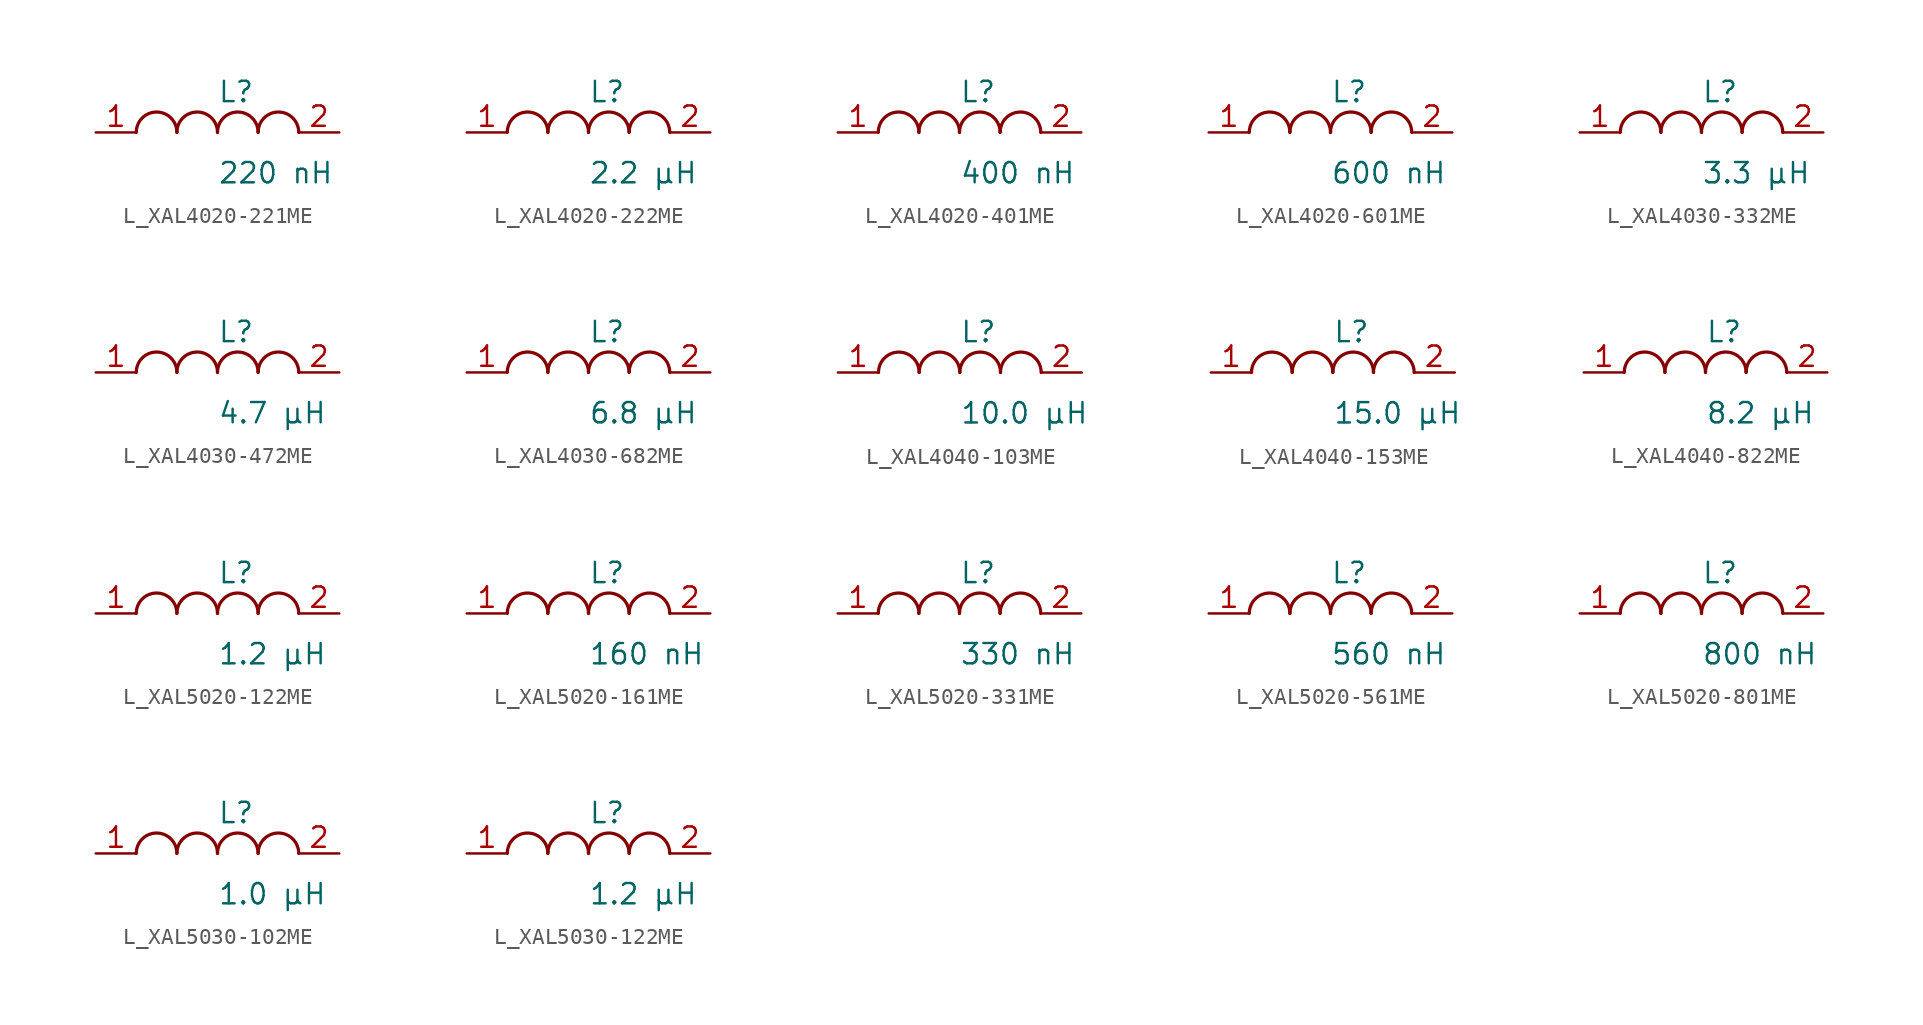
<source format=kicad_sym>
(kicad_symbol_lib
  (version 20231120)
  (generator kicad_symbol_editor)
  (generator_version 8.0)
  (symbol "L_XAL4020-221ME"
    (pin_names
      (offset 0.254))
    (property "Reference" "L"
      (at 0.0 2.54 0)
      (effects (font (size 1.27 1.27)) (justify left)))
    (property "Value" "220 nH"
      (at 0.0 -2.54 0)
      (effects (font (size 1.27 1.27)) (justify left)))
    (symbol "L_XAL4020-221ME_1_1"
      (arc (start -2.54 0.0056) (mid -3.81 1.27) (end -5.08 0.0056) (stroke (width 0.2032) (type default)) (fill (type none)))
      (arc (start 0 0.0056) (mid -1.27 1.27) (end -2.54 0.0056) (stroke (width 0.2032) (type default)) (fill (type none)))
      (arc (start 2.54 0.0056) (mid 1.27 1.27) (end 0 0.0056) (stroke (width 0.2032) (type default)) (fill (type none)))
      (arc (start 5.08 0.0056) (mid 3.81 1.27) (end 2.54 0.0056) (stroke (width 0.2032) (type default)) (fill (type none)))
      (pin unspecified line (at -7.62 0 0) (length 2.54) (name "" (effects (font (size 1.27 1.27)))) (number "1" (effects (font (size 1.27 1.27)))))
      (pin unspecified line (at 7.62 0 180) (length 2.54) (name "" (effects (font (size 1.27 1.27)))) (number "2" (effects (font (size 1.27 1.27)))))))
  (symbol "L_XAL4020-222ME"
    (pin_names
      (offset 0.254))
    (property "Reference" "L"
      (at 0.0 2.54 0)
      (effects (font (size 1.27 1.27)) (justify left)))
    (property "Value" "2.2 µH"
      (at 0.0 -2.54 0)
      (effects (font (size 1.27 1.27)) (justify left)))
    (symbol "L_XAL4020-222ME_1_1"
      (arc (start -2.54 0.0056) (mid -3.81 1.27) (end -5.08 0.0056) (stroke (width 0.2032) (type default)) (fill (type none)))
      (arc (start 0 0.0056) (mid -1.27 1.27) (end -2.54 0.0056) (stroke (width 0.2032) (type default)) (fill (type none)))
      (arc (start 2.54 0.0056) (mid 1.27 1.27) (end 0 0.0056) (stroke (width 0.2032) (type default)) (fill (type none)))
      (arc (start 5.08 0.0056) (mid 3.81 1.27) (end 2.54 0.0056) (stroke (width 0.2032) (type default)) (fill (type none)))
      (pin unspecified line (at -7.62 0 0) (length 2.54) (name "" (effects (font (size 1.27 1.27)))) (number "1" (effects (font (size 1.27 1.27)))))
      (pin unspecified line (at 7.62 0 180) (length 2.54) (name "" (effects (font (size 1.27 1.27)))) (number "2" (effects (font (size 1.27 1.27)))))))
  (symbol "L_XAL4020-401ME"
    (pin_names
      (offset 0.254))
    (property "Reference" "L"
      (at 0.0 2.54 0)
      (effects (font (size 1.27 1.27)) (justify left)))
    (property "Value" "400 nH"
      (at 0.0 -2.54 0)
      (effects (font (size 1.27 1.27)) (justify left)))
    (symbol "L_XAL4020-401ME_1_1"
      (arc (start -2.54 0.0056) (mid -3.81 1.27) (end -5.08 0.0056) (stroke (width 0.2032) (type default)) (fill (type none)))
      (arc (start 0 0.0056) (mid -1.27 1.27) (end -2.54 0.0056) (stroke (width 0.2032) (type default)) (fill (type none)))
      (arc (start 2.54 0.0056) (mid 1.27 1.27) (end 0 0.0056) (stroke (width 0.2032) (type default)) (fill (type none)))
      (arc (start 5.08 0.0056) (mid 3.81 1.27) (end 2.54 0.0056) (stroke (width 0.2032) (type default)) (fill (type none)))
      (pin unspecified line (at -7.62 0 0) (length 2.54) (name "" (effects (font (size 1.27 1.27)))) (number "1" (effects (font (size 1.27 1.27)))))
      (pin unspecified line (at 7.62 0 180) (length 2.54) (name "" (effects (font (size 1.27 1.27)))) (number "2" (effects (font (size 1.27 1.27)))))))
  (symbol "L_XAL4020-601ME"
    (pin_names
      (offset 0.254))
    (property "Reference" "L"
      (at 0.0 2.54 0)
      (effects (font (size 1.27 1.27)) (justify left)))
    (property "Value" "600 nH"
      (at 0.0 -2.54 0)
      (effects (font (size 1.27 1.27)) (justify left)))
    (symbol "L_XAL4020-601ME_1_1"
      (arc (start -2.54 0.0056) (mid -3.81 1.27) (end -5.08 0.0056) (stroke (width 0.2032) (type default)) (fill (type none)))
      (arc (start 0 0.0056) (mid -1.27 1.27) (end -2.54 0.0056) (stroke (width 0.2032) (type default)) (fill (type none)))
      (arc (start 2.54 0.0056) (mid 1.27 1.27) (end 0 0.0056) (stroke (width 0.2032) (type default)) (fill (type none)))
      (arc (start 5.08 0.0056) (mid 3.81 1.27) (end 2.54 0.0056) (stroke (width 0.2032) (type default)) (fill (type none)))
      (pin unspecified line (at -7.62 0 0) (length 2.54) (name "" (effects (font (size 1.27 1.27)))) (number "1" (effects (font (size 1.27 1.27)))))
      (pin unspecified line (at 7.62 0 180) (length 2.54) (name "" (effects (font (size 1.27 1.27)))) (number "2" (effects (font (size 1.27 1.27)))))))
  (symbol "L_XAL4030-332ME"
    (pin_names
      (offset 0.254))
    (property "Reference" "L"
      (at 0.0 2.54 0)
      (effects (font (size 1.27 1.27)) (justify left)))
    (property "Value" "3.3 µH"
      (at 0.0 -2.54 0)
      (effects (font (size 1.27 1.27)) (justify left)))
    (symbol "L_XAL4030-332ME_1_1"
      (arc (start -2.54 0.0056) (mid -3.81 1.27) (end -5.08 0.0056) (stroke (width 0.2032) (type default)) (fill (type none)))
      (arc (start 0 0.0056) (mid -1.27 1.27) (end -2.54 0.0056) (stroke (width 0.2032) (type default)) (fill (type none)))
      (arc (start 2.54 0.0056) (mid 1.27 1.27) (end 0 0.0056) (stroke (width 0.2032) (type default)) (fill (type none)))
      (arc (start 5.08 0.0056) (mid 3.81 1.27) (end 2.54 0.0056) (stroke (width 0.2032) (type default)) (fill (type none)))
      (pin unspecified line (at -7.62 0 0) (length 2.54) (name "" (effects (font (size 1.27 1.27)))) (number "1" (effects (font (size 1.27 1.27)))))
      (pin unspecified line (at 7.62 0 180) (length 2.54) (name "" (effects (font (size 1.27 1.27)))) (number "2" (effects (font (size 1.27 1.27)))))))
  (symbol "L_XAL4030-472ME"
    (pin_names
      (offset 0.254))
    (property "Reference" "L"
      (at 0.0 2.54 0)
      (effects (font (size 1.27 1.27)) (justify left)))
    (property "Value" "4.7 µH"
      (at 0.0 -2.54 0)
      (effects (font (size 1.27 1.27)) (justify left)))
    (symbol "L_XAL4030-472ME_1_1"
      (arc (start -2.54 0.0056) (mid -3.81 1.27) (end -5.08 0.0056) (stroke (width 0.2032) (type default)) (fill (type none)))
      (arc (start 0 0.0056) (mid -1.27 1.27) (end -2.54 0.0056) (stroke (width 0.2032) (type default)) (fill (type none)))
      (arc (start 2.54 0.0056) (mid 1.27 1.27) (end 0 0.0056) (stroke (width 0.2032) (type default)) (fill (type none)))
      (arc (start 5.08 0.0056) (mid 3.81 1.27) (end 2.54 0.0056) (stroke (width 0.2032) (type default)) (fill (type none)))
      (pin unspecified line (at -7.62 0 0) (length 2.54) (name "" (effects (font (size 1.27 1.27)))) (number "1" (effects (font (size 1.27 1.27)))))
      (pin unspecified line (at 7.62 0 180) (length 2.54) (name "" (effects (font (size 1.27 1.27)))) (number "2" (effects (font (size 1.27 1.27)))))))
  (symbol "L_XAL4030-682ME"
    (pin_names
      (offset 0.254))
    (property "Reference" "L"
      (at 0.0 2.54 0)
      (effects (font (size 1.27 1.27)) (justify left)))
    (property "Value" "6.8 µH"
      (at 0.0 -2.54 0)
      (effects (font (size 1.27 1.27)) (justify left)))
    (symbol "L_XAL4030-682ME_1_1"
      (arc (start -2.54 0.0056) (mid -3.81 1.27) (end -5.08 0.0056) (stroke (width 0.2032) (type default)) (fill (type none)))
      (arc (start 0 0.0056) (mid -1.27 1.27) (end -2.54 0.0056) (stroke (width 0.2032) (type default)) (fill (type none)))
      (arc (start 2.54 0.0056) (mid 1.27 1.27) (end 0 0.0056) (stroke (width 0.2032) (type default)) (fill (type none)))
      (arc (start 5.08 0.0056) (mid 3.81 1.27) (end 2.54 0.0056) (stroke (width 0.2032) (type default)) (fill (type none)))
      (pin unspecified line (at -7.62 0 0) (length 2.54) (name "" (effects (font (size 1.27 1.27)))) (number "1" (effects (font (size 1.27 1.27)))))
      (pin unspecified line (at 7.62 0 180) (length 2.54) (name "" (effects (font (size 1.27 1.27)))) (number "2" (effects (font (size 1.27 1.27)))))))
  (symbol "L_XAL4040-103ME"
    (pin_names
      (offset 0.254))
    (property "Reference" "L"
      (at 0.0 2.54 0)
      (effects (font (size 1.27 1.27)) (justify left)))
    (property "Value" "10.0 µH"
      (at 0.0 -2.54 0)
      (effects (font (size 1.27 1.27)) (justify left)))
    (symbol "L_XAL4040-103ME_1_1"
      (arc (start -2.54 0.0056) (mid -3.81 1.27) (end -5.08 0.0056) (stroke (width 0.2032) (type default)) (fill (type none)))
      (arc (start 0 0.0056) (mid -1.27 1.27) (end -2.54 0.0056) (stroke (width 0.2032) (type default)) (fill (type none)))
      (arc (start 2.54 0.0056) (mid 1.27 1.27) (end 0 0.0056) (stroke (width 0.2032) (type default)) (fill (type none)))
      (arc (start 5.08 0.0056) (mid 3.81 1.27) (end 2.54 0.0056) (stroke (width 0.2032) (type default)) (fill (type none)))
      (pin unspecified line (at -7.62 0 0) (length 2.54) (name "" (effects (font (size 1.27 1.27)))) (number "1" (effects (font (size 1.27 1.27)))))
      (pin unspecified line (at 7.62 0 180) (length 2.54) (name "" (effects (font (size 1.27 1.27)))) (number "2" (effects (font (size 1.27 1.27)))))))
  (symbol "L_XAL4040-153ME"
    (pin_names
      (offset 0.254))
    (property "Reference" "L"
      (at 0.0 2.54 0)
      (effects (font (size 1.27 1.27)) (justify left)))
    (property "Value" "15.0 µH"
      (at 0.0 -2.54 0)
      (effects (font (size 1.27 1.27)) (justify left)))
    (symbol "L_XAL4040-153ME_1_1"
      (arc (start -2.54 0.0056) (mid -3.81 1.27) (end -5.08 0.0056) (stroke (width 0.2032) (type default)) (fill (type none)))
      (arc (start 0 0.0056) (mid -1.27 1.27) (end -2.54 0.0056) (stroke (width 0.2032) (type default)) (fill (type none)))
      (arc (start 2.54 0.0056) (mid 1.27 1.27) (end 0 0.0056) (stroke (width 0.2032) (type default)) (fill (type none)))
      (arc (start 5.08 0.0056) (mid 3.81 1.27) (end 2.54 0.0056) (stroke (width 0.2032) (type default)) (fill (type none)))
      (pin unspecified line (at -7.62 0 0) (length 2.54) (name "" (effects (font (size 1.27 1.27)))) (number "1" (effects (font (size 1.27 1.27)))))
      (pin unspecified line (at 7.62 0 180) (length 2.54) (name "" (effects (font (size 1.27 1.27)))) (number "2" (effects (font (size 1.27 1.27)))))))
  (symbol "L_XAL4040-822ME"
    (pin_names
      (offset 0.254))
    (property "Reference" "L"
      (at 0.0 2.54 0)
      (effects (font (size 1.27 1.27)) (justify left)))
    (property "Value" "8.2 µH"
      (at 0.0 -2.54 0)
      (effects (font (size 1.27 1.27)) (justify left)))
    (symbol "L_XAL4040-822ME_1_1"
      (arc (start -2.54 0.0056) (mid -3.81 1.27) (end -5.08 0.0056) (stroke (width 0.2032) (type default)) (fill (type none)))
      (arc (start 0 0.0056) (mid -1.27 1.27) (end -2.54 0.0056) (stroke (width 0.2032) (type default)) (fill (type none)))
      (arc (start 2.54 0.0056) (mid 1.27 1.27) (end 0 0.0056) (stroke (width 0.2032) (type default)) (fill (type none)))
      (arc (start 5.08 0.0056) (mid 3.81 1.27) (end 2.54 0.0056) (stroke (width 0.2032) (type default)) (fill (type none)))
      (pin unspecified line (at -7.62 0 0) (length 2.54) (name "" (effects (font (size 1.27 1.27)))) (number "1" (effects (font (size 1.27 1.27)))))
      (pin unspecified line (at 7.62 0 180) (length 2.54) (name "" (effects (font (size 1.27 1.27)))) (number "2" (effects (font (size 1.27 1.27)))))))
  (symbol "L_XAL5020-122ME"
    (pin_names
      (offset 0.254))
    (property "Reference" "L"
      (at 0.0 2.54 0)
      (effects (font (size 1.27 1.27)) (justify left)))
    (property "Value" "1.2 µH"
      (at 0.0 -2.54 0)
      (effects (font (size 1.27 1.27)) (justify left)))
    (symbol "L_XAL5020-122ME_1_1"
      (arc (start -2.54 0.0056) (mid -3.81 1.27) (end -5.08 0.0056) (stroke (width 0.2032) (type default)) (fill (type none)))
      (arc (start 0 0.0056) (mid -1.27 1.27) (end -2.54 0.0056) (stroke (width 0.2032) (type default)) (fill (type none)))
      (arc (start 2.54 0.0056) (mid 1.27 1.27) (end 0 0.0056) (stroke (width 0.2032) (type default)) (fill (type none)))
      (arc (start 5.08 0.0056) (mid 3.81 1.27) (end 2.54 0.0056) (stroke (width 0.2032) (type default)) (fill (type none)))
      (pin unspecified line (at -7.62 0 0) (length 2.54) (name "" (effects (font (size 1.27 1.27)))) (number "1" (effects (font (size 1.27 1.27)))))
      (pin unspecified line (at 7.62 0 180) (length 2.54) (name "" (effects (font (size 1.27 1.27)))) (number "2" (effects (font (size 1.27 1.27)))))))
  (symbol "L_XAL5020-161ME"
    (pin_names
      (offset 0.254))
    (property "Reference" "L"
      (at 0.0 2.54 0)
      (effects (font (size 1.27 1.27)) (justify left)))
    (property "Value" "160 nH"
      (at 0.0 -2.54 0)
      (effects (font (size 1.27 1.27)) (justify left)))
    (symbol "L_XAL5020-161ME_1_1"
      (arc (start -2.54 0.0056) (mid -3.81 1.27) (end -5.08 0.0056) (stroke (width 0.2032) (type default)) (fill (type none)))
      (arc (start 0 0.0056) (mid -1.27 1.27) (end -2.54 0.0056) (stroke (width 0.2032) (type default)) (fill (type none)))
      (arc (start 2.54 0.0056) (mid 1.27 1.27) (end 0 0.0056) (stroke (width 0.2032) (type default)) (fill (type none)))
      (arc (start 5.08 0.0056) (mid 3.81 1.27) (end 2.54 0.0056) (stroke (width 0.2032) (type default)) (fill (type none)))
      (pin unspecified line (at -7.62 0 0) (length 2.54) (name "" (effects (font (size 1.27 1.27)))) (number "1" (effects (font (size 1.27 1.27)))))
      (pin unspecified line (at 7.62 0 180) (length 2.54) (name "" (effects (font (size 1.27 1.27)))) (number "2" (effects (font (size 1.27 1.27)))))))
  (symbol "L_XAL5020-331ME"
    (pin_names
      (offset 0.254))
    (property "Reference" "L"
      (at 0.0 2.54 0)
      (effects (font (size 1.27 1.27)) (justify left)))
    (property "Value" "330 nH"
      (at 0.0 -2.54 0)
      (effects (font (size 1.27 1.27)) (justify left)))
    (symbol "L_XAL5020-331ME_1_1"
      (arc (start -2.54 0.0056) (mid -3.81 1.27) (end -5.08 0.0056) (stroke (width 0.2032) (type default)) (fill (type none)))
      (arc (start 0 0.0056) (mid -1.27 1.27) (end -2.54 0.0056) (stroke (width 0.2032) (type default)) (fill (type none)))
      (arc (start 2.54 0.0056) (mid 1.27 1.27) (end 0 0.0056) (stroke (width 0.2032) (type default)) (fill (type none)))
      (arc (start 5.08 0.0056) (mid 3.81 1.27) (end 2.54 0.0056) (stroke (width 0.2032) (type default)) (fill (type none)))
      (pin unspecified line (at -7.62 0 0) (length 2.54) (name "" (effects (font (size 1.27 1.27)))) (number "1" (effects (font (size 1.27 1.27)))))
      (pin unspecified line (at 7.62 0 180) (length 2.54) (name "" (effects (font (size 1.27 1.27)))) (number "2" (effects (font (size 1.27 1.27)))))))
  (symbol "L_XAL5020-561ME"
    (pin_names
      (offset 0.254))
    (property "Reference" "L"
      (at 0.0 2.54 0)
      (effects (font (size 1.27 1.27)) (justify left)))
    (property "Value" "560 nH"
      (at 0.0 -2.54 0)
      (effects (font (size 1.27 1.27)) (justify left)))
    (symbol "L_XAL5020-561ME_1_1"
      (arc (start -2.54 0.0056) (mid -3.81 1.27) (end -5.08 0.0056) (stroke (width 0.2032) (type default)) (fill (type none)))
      (arc (start 0 0.0056) (mid -1.27 1.27) (end -2.54 0.0056) (stroke (width 0.2032) (type default)) (fill (type none)))
      (arc (start 2.54 0.0056) (mid 1.27 1.27) (end 0 0.0056) (stroke (width 0.2032) (type default)) (fill (type none)))
      (arc (start 5.08 0.0056) (mid 3.81 1.27) (end 2.54 0.0056) (stroke (width 0.2032) (type default)) (fill (type none)))
      (pin unspecified line (at -7.62 0 0) (length 2.54) (name "" (effects (font (size 1.27 1.27)))) (number "1" (effects (font (size 1.27 1.27)))))
      (pin unspecified line (at 7.62 0 180) (length 2.54) (name "" (effects (font (size 1.27 1.27)))) (number "2" (effects (font (size 1.27 1.27)))))))
  (symbol "L_XAL5020-801ME"
    (pin_names
      (offset 0.254))
    (property "Reference" "L"
      (at 0.0 2.54 0)
      (effects (font (size 1.27 1.27)) (justify left)))
    (property "Value" "800 nH"
      (at 0.0 -2.54 0)
      (effects (font (size 1.27 1.27)) (justify left)))
    (symbol "L_XAL5020-801ME_1_1"
      (arc (start -2.54 0.0056) (mid -3.81 1.27) (end -5.08 0.0056) (stroke (width 0.2032) (type default)) (fill (type none)))
      (arc (start 0 0.0056) (mid -1.27 1.27) (end -2.54 0.0056) (stroke (width 0.2032) (type default)) (fill (type none)))
      (arc (start 2.54 0.0056) (mid 1.27 1.27) (end 0 0.0056) (stroke (width 0.2032) (type default)) (fill (type none)))
      (arc (start 5.08 0.0056) (mid 3.81 1.27) (end 2.54 0.0056) (stroke (width 0.2032) (type default)) (fill (type none)))
      (pin unspecified line (at -7.62 0 0) (length 2.54) (name "" (effects (font (size 1.27 1.27)))) (number "1" (effects (font (size 1.27 1.27)))))
      (pin unspecified line (at 7.62 0 180) (length 2.54) (name "" (effects (font (size 1.27 1.27)))) (number "2" (effects (font (size 1.27 1.27)))))))
  (symbol "L_XAL5030-102ME"
    (pin_names
      (offset 0.254))
    (property "Reference" "L"
      (at 0.0 2.54 0)
      (effects (font (size 1.27 1.27)) (justify left)))
    (property "Value" "1.0 µH"
      (at 0.0 -2.54 0)
      (effects (font (size 1.27 1.27)) (justify left)))
    (symbol "L_XAL5030-102ME_1_1"
      (arc (start -2.54 0.0056) (mid -3.81 1.27) (end -5.08 0.0056) (stroke (width 0.2032) (type default)) (fill (type none)))
      (arc (start 0 0.0056) (mid -1.27 1.27) (end -2.54 0.0056) (stroke (width 0.2032) (type default)) (fill (type none)))
      (arc (start 2.54 0.0056) (mid 1.27 1.27) (end 0 0.0056) (stroke (width 0.2032) (type default)) (fill (type none)))
      (arc (start 5.08 0.0056) (mid 3.81 1.27) (end 2.54 0.0056) (stroke (width 0.2032) (type default)) (fill (type none)))
      (pin unspecified line (at -7.62 0 0) (length 2.54) (name "" (effects (font (size 1.27 1.27)))) (number "1" (effects (font (size 1.27 1.27)))))
      (pin unspecified line (at 7.62 0 180) (length 2.54) (name "" (effects (font (size 1.27 1.27)))) (number "2" (effects (font (size 1.27 1.27)))))))
  (symbol "L_XAL5030-122ME"
    (pin_names
      (offset 0.254))
    (property "Reference" "L"
      (at 0.0 2.54 0)
      (effects (font (size 1.27 1.27)) (justify left)))
    (property "Value" "1.2 µH"
      (at 0.0 -2.54 0)
      (effects (font (size 1.27 1.27)) (justify left)))
    (symbol "L_XAL5030-122ME_1_1"
      (arc (start -2.54 0.0056) (mid -3.81 1.27) (end -5.08 0.0056) (stroke (width 0.2032) (type default)) (fill (type none)))
      (arc (start 0 0.0056) (mid -1.27 1.27) (end -2.54 0.0056) (stroke (width 0.2032) (type default)) (fill (type none)))
      (arc (start 2.54 0.0056) (mid 1.27 1.27) (end 0 0.0056) (stroke (width 0.2032) (type default)) (fill (type none)))
      (arc (start 5.08 0.0056) (mid 3.81 1.27) (end 2.54 0.0056) (stroke (width 0.2032) (type default)) (fill (type none)))
      (pin unspecified line (at -7.62 0 0) (length 2.54) (name "" (effects (font (size 1.27 1.27)))) (number "1" (effects (font (size 1.27 1.27)))))
      (pin unspecified line (at 7.62 0 180) (length 2.54) (name "" (effects (font (size 1.27 1.27)))) (number "2" (effects (font (size 1.27 1.27))))))))
</source>
